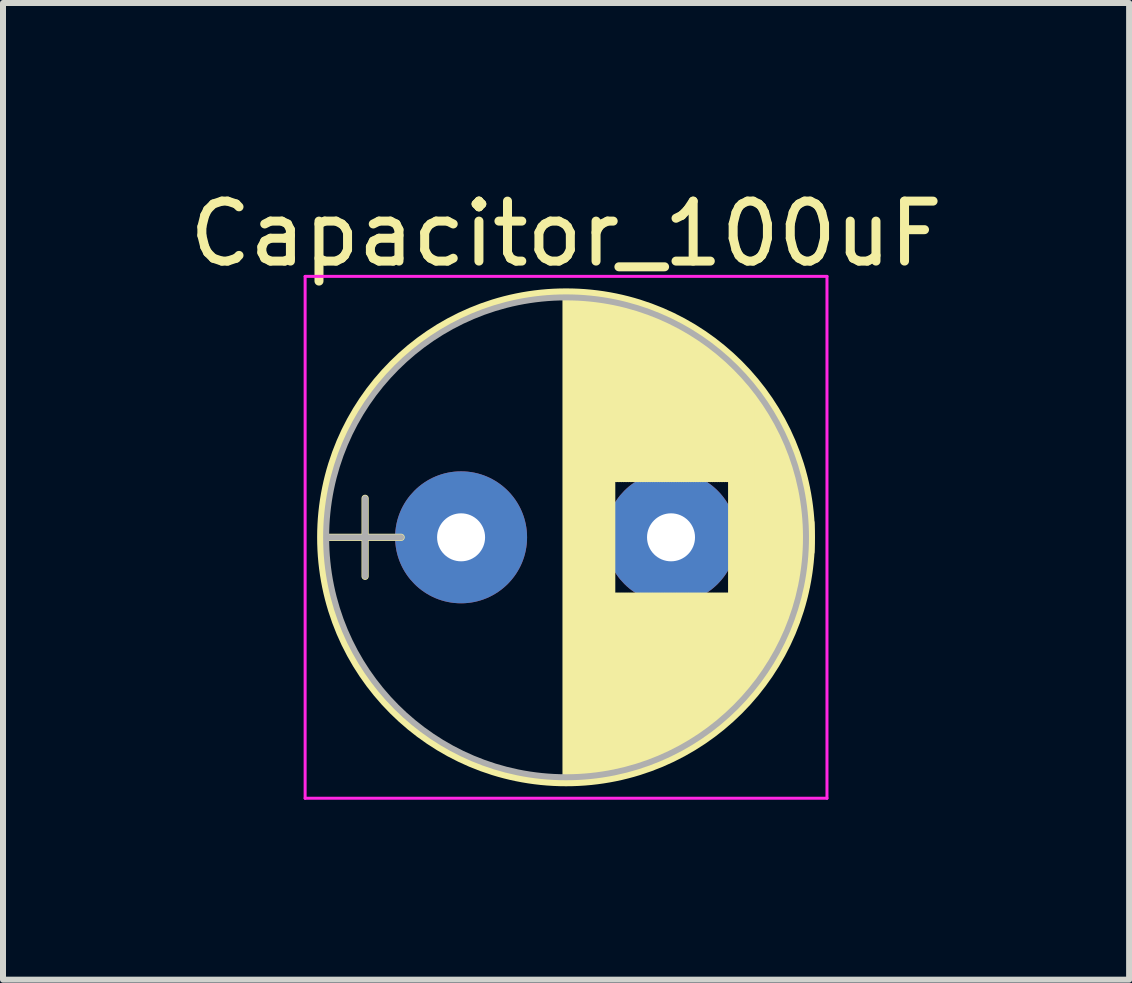
<source format=kicad_pcb>
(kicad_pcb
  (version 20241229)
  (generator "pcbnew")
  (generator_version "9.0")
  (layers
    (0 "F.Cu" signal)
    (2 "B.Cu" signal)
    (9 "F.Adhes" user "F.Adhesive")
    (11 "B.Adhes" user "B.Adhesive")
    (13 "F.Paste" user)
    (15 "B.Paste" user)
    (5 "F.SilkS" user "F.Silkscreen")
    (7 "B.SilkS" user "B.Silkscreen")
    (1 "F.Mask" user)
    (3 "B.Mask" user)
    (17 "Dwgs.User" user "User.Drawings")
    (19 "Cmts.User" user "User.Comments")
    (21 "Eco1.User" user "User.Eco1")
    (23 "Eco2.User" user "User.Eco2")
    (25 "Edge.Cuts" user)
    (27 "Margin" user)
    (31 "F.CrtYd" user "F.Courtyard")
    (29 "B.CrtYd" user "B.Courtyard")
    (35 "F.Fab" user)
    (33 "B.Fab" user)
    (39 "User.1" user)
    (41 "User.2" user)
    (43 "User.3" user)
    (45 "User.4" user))
  (footprint "Capacitor_100uF"
    (layer "F.Cu")
    (at 4.637 5.908)
    (property "Reference" "Capacitor_100uF" (at 1.75 -5.06 0) (layer "F.SilkS") (effects (font (size 1 1) (thickness 0.15))))
    (attr through_hole)
    (fp_line (start -2.2 0) (end -1 0) (stroke (width 0.12) (type solid)) (layer "F.SilkS"))
    (fp_line (start -1.6 -0.65) (end -1.6 0.65) (stroke (width 0.12) (type solid)) (layer "F.SilkS"))
    (fp_line (start 1.75 -4.05) (end 1.75 4.05) (stroke (width 0.12) (type solid)) (layer "F.SilkS"))
    (fp_line (start 1.79 -4.05) (end 1.79 4.05) (stroke (width 0.12) (type solid)) (layer "F.SilkS"))
    (fp_line (start 1.83 -4.05) (end 1.83 4.05) (stroke (width 0.12) (type solid)) (layer "F.SilkS"))
    (fp_line (start 1.87 -4.049) (end 1.87 4.049) (stroke (width 0.12) (type solid)) (layer "F.SilkS"))
    (fp_line (start 1.91 -4.047) (end 1.91 4.047) (stroke (width 0.12) (type solid)) (layer "F.SilkS"))
    (fp_line (start 1.95 -4.046) (end 1.95 4.046) (stroke (width 0.12) (type solid)) (layer "F.SilkS"))
    (fp_line (start 1.99 -4.043) (end 1.99 4.043) (stroke (width 0.12) (type solid)) (layer "F.SilkS"))
    (fp_line (start 2.03 -4.041) (end 2.03 4.041) (stroke (width 0.12) (type solid)) (layer "F.SilkS"))
    (fp_line (start 2.07 -4.038) (end 2.07 4.038) (stroke (width 0.12) (type solid)) (layer "F.SilkS"))
    (fp_line (start 2.11 -4.035) (end 2.11 4.035) (stroke (width 0.12) (type solid)) (layer "F.SilkS"))
    (fp_line (start 2.15 -4.031) (end 2.15 4.031) (stroke (width 0.12) (type solid)) (layer "F.SilkS"))
    (fp_line (start 2.19 -4.027) (end 2.19 4.027) (stroke (width 0.12) (type solid)) (layer "F.SilkS"))
    (fp_line (start 2.23 -4.022) (end 2.23 4.022) (stroke (width 0.12) (type solid)) (layer "F.SilkS"))
    (fp_line (start 2.27 -4.017) (end 2.27 4.017) (stroke (width 0.12) (type solid)) (layer "F.SilkS"))
    (fp_line (start 2.31 -4.012) (end 2.31 4.012) (stroke (width 0.12) (type solid)) (layer "F.SilkS"))
    (fp_line (start 2.35 -4.006) (end 2.35 4.006) (stroke (width 0.12) (type solid)) (layer "F.SilkS"))
    (fp_line (start 2.39 -4) (end 2.39 4) (stroke (width 0.12) (type solid)) (layer "F.SilkS"))
    (fp_line (start 2.43 -3.994) (end 2.43 3.994) (stroke (width 0.12) (type solid)) (layer "F.SilkS"))
    (fp_line (start 2.471 -3.987) (end 2.471 3.987) (stroke (width 0.12) (type solid)) (layer "F.SilkS"))
    (fp_line (start 2.511 -3.979) (end 2.511 3.979) (stroke (width 0.12) (type solid)) (layer "F.SilkS"))
    (fp_line (start 2.551 -3.971) (end 2.551 -0.98) (stroke (width 0.12) (type solid)) (layer "F.SilkS"))
    (fp_line (start 2.551 0.98) (end 2.551 3.971) (stroke (width 0.12) (type solid)) (layer "F.SilkS"))
    (fp_line (start 2.591 -3.963) (end 2.591 -0.98) (stroke (width 0.12) (type solid)) (layer "F.SilkS"))
    (fp_line (start 2.591 0.98) (end 2.591 3.963) (stroke (width 0.12) (type solid)) (layer "F.SilkS"))
    (fp_line (start 2.631 -3.955) (end 2.631 -0.98) (stroke (width 0.12) (type solid)) (layer "F.SilkS"))
    (fp_line (start 2.631 0.98) (end 2.631 3.955) (stroke (width 0.12) (type solid)) (layer "F.SilkS"))
    (fp_line (start 2.671 -3.946) (end 2.671 -0.98) (stroke (width 0.12) (type solid)) (layer "F.SilkS"))
    (fp_line (start 2.671 0.98) (end 2.671 3.946) (stroke (width 0.12) (type solid)) (layer "F.SilkS"))
    (fp_line (start 2.711 -3.936) (end 2.711 -0.98) (stroke (width 0.12) (type solid)) (layer "F.SilkS"))
    (fp_line (start 2.711 0.98) (end 2.711 3.936) (stroke (width 0.12) (type solid)) (layer "F.SilkS"))
    (fp_line (start 2.751 -3.926) (end 2.751 -0.98) (stroke (width 0.12) (type solid)) (layer "F.SilkS"))
    (fp_line (start 2.751 0.98) (end 2.751 3.926) (stroke (width 0.12) (type solid)) (layer "F.SilkS"))
    (fp_line (start 2.791 -3.916) (end 2.791 -0.98) (stroke (width 0.12) (type solid)) (layer "F.SilkS"))
    (fp_line (start 2.791 0.98) (end 2.791 3.916) (stroke (width 0.12) (type solid)) (layer "F.SilkS"))
    (fp_line (start 2.831 -3.905) (end 2.831 -0.98) (stroke (width 0.12) (type solid)) (layer "F.SilkS"))
    (fp_line (start 2.831 0.98) (end 2.831 3.905) (stroke (width 0.12) (type solid)) (layer "F.SilkS"))
    (fp_line (start 2.871 -3.894) (end 2.871 -0.98) (stroke (width 0.12) (type solid)) (layer "F.SilkS"))
    (fp_line (start 2.871 0.98) (end 2.871 3.894) (stroke (width 0.12) (type solid)) (layer "F.SilkS"))
    (fp_line (start 2.911 -3.883) (end 2.911 -0.98) (stroke (width 0.12) (type solid)) (layer "F.SilkS"))
    (fp_line (start 2.911 0.98) (end 2.911 3.883) (stroke (width 0.12) (type solid)) (layer "F.SilkS"))
    (fp_line (start 2.951 -3.87) (end 2.951 -0.98) (stroke (width 0.12) (type solid)) (layer "F.SilkS"))
    (fp_line (start 2.951 0.98) (end 2.951 3.87) (stroke (width 0.12) (type solid)) (layer "F.SilkS"))
    (fp_line (start 2.991 -3.858) (end 2.991 -0.98) (stroke (width 0.12) (type solid)) (layer "F.SilkS"))
    (fp_line (start 2.991 0.98) (end 2.991 3.858) (stroke (width 0.12) (type solid)) (layer "F.SilkS"))
    (fp_line (start 3.031 -3.845) (end 3.031 -0.98) (stroke (width 0.12) (type solid)) (layer "F.SilkS"))
    (fp_line (start 3.031 0.98) (end 3.031 3.845) (stroke (width 0.12) (type solid)) (layer "F.SilkS"))
    (fp_line (start 3.071 -3.832) (end 3.071 -0.98) (stroke (width 0.12) (type solid)) (layer "F.SilkS"))
    (fp_line (start 3.071 0.98) (end 3.071 3.832) (stroke (width 0.12) (type solid)) (layer "F.SilkS"))
    (fp_line (start 3.111 -3.818) (end 3.111 -0.98) (stroke (width 0.12) (type solid)) (layer "F.SilkS"))
    (fp_line (start 3.111 0.98) (end 3.111 3.818) (stroke (width 0.12) (type solid)) (layer "F.SilkS"))
    (fp_line (start 3.151 -3.803) (end 3.151 -0.98) (stroke (width 0.12) (type solid)) (layer "F.SilkS"))
    (fp_line (start 3.151 0.98) (end 3.151 3.803) (stroke (width 0.12) (type solid)) (layer "F.SilkS"))
    (fp_line (start 3.191 -3.789) (end 3.191 -0.98) (stroke (width 0.12) (type solid)) (layer "F.SilkS"))
    (fp_line (start 3.191 0.98) (end 3.191 3.789) (stroke (width 0.12) (type solid)) (layer "F.SilkS"))
    (fp_line (start 3.231 -3.773) (end 3.231 -0.98) (stroke (width 0.12) (type solid)) (layer "F.SilkS"))
    (fp_line (start 3.231 0.98) (end 3.231 3.773) (stroke (width 0.12) (type solid)) (layer "F.SilkS"))
    (fp_line (start 3.271 -3.758) (end 3.271 -0.98) (stroke (width 0.12) (type solid)) (layer "F.SilkS"))
    (fp_line (start 3.271 0.98) (end 3.271 3.758) (stroke (width 0.12) (type solid)) (layer "F.SilkS"))
    (fp_line (start 3.311 -3.741) (end 3.311 -0.98) (stroke (width 0.12) (type solid)) (layer "F.SilkS"))
    (fp_line (start 3.311 0.98) (end 3.311 3.741) (stroke (width 0.12) (type solid)) (layer "F.SilkS"))
    (fp_line (start 3.351 -3.725) (end 3.351 -0.98) (stroke (width 0.12) (type solid)) (layer "F.SilkS"))
    (fp_line (start 3.351 0.98) (end 3.351 3.725) (stroke (width 0.12) (type solid)) (layer "F.SilkS"))
    (fp_line (start 3.391 -3.707) (end 3.391 -0.98) (stroke (width 0.12) (type solid)) (layer "F.SilkS"))
    (fp_line (start 3.391 0.98) (end 3.391 3.707) (stroke (width 0.12) (type solid)) (layer "F.SilkS"))
    (fp_line (start 3.431 -3.69) (end 3.431 -0.98) (stroke (width 0.12) (type solid)) (layer "F.SilkS"))
    (fp_line (start 3.431 0.98) (end 3.431 3.69) (stroke (width 0.12) (type solid)) (layer "F.SilkS"))
    (fp_line (start 3.471 -3.671) (end 3.471 -0.98) (stroke (width 0.12) (type solid)) (layer "F.SilkS"))
    (fp_line (start 3.471 0.98) (end 3.471 3.671) (stroke (width 0.12) (type solid)) (layer "F.SilkS"))
    (fp_line (start 3.511 -3.652) (end 3.511 -0.98) (stroke (width 0.12) (type solid)) (layer "F.SilkS"))
    (fp_line (start 3.511 0.98) (end 3.511 3.652) (stroke (width 0.12) (type solid)) (layer "F.SilkS"))
    (fp_line (start 3.551 -3.633) (end 3.551 -0.98) (stroke (width 0.12) (type solid)) (layer "F.SilkS"))
    (fp_line (start 3.551 0.98) (end 3.551 3.633) (stroke (width 0.12) (type solid)) (layer "F.SilkS"))
    (fp_line (start 3.591 -3.613) (end 3.591 -0.98) (stroke (width 0.12) (type solid)) (layer "F.SilkS"))
    (fp_line (start 3.591 0.98) (end 3.591 3.613) (stroke (width 0.12) (type solid)) (layer "F.SilkS"))
    (fp_line (start 3.631 -3.593) (end 3.631 -0.98) (stroke (width 0.12) (type solid)) (layer "F.SilkS"))
    (fp_line (start 3.631 0.98) (end 3.631 3.593) (stroke (width 0.12) (type solid)) (layer "F.SilkS"))
    (fp_line (start 3.671 -3.572) (end 3.671 -0.98) (stroke (width 0.12) (type solid)) (layer "F.SilkS"))
    (fp_line (start 3.671 0.98) (end 3.671 3.572) (stroke (width 0.12) (type solid)) (layer "F.SilkS"))
    (fp_line (start 3.711 -3.55) (end 3.711 -0.98) (stroke (width 0.12) (type solid)) (layer "F.SilkS"))
    (fp_line (start 3.711 0.98) (end 3.711 3.55) (stroke (width 0.12) (type solid)) (layer "F.SilkS"))
    (fp_line (start 3.751 -3.528) (end 3.751 -0.98) (stroke (width 0.12) (type solid)) (layer "F.SilkS"))
    (fp_line (start 3.751 0.98) (end 3.751 3.528) (stroke (width 0.12) (type solid)) (layer "F.SilkS"))
    (fp_line (start 3.791 -3.505) (end 3.791 -0.98) (stroke (width 0.12) (type solid)) (layer "F.SilkS"))
    (fp_line (start 3.791 0.98) (end 3.791 3.505) (stroke (width 0.12) (type solid)) (layer "F.SilkS"))
    (fp_line (start 3.831 -3.482) (end 3.831 -0.98) (stroke (width 0.12) (type solid)) (layer "F.SilkS"))
    (fp_line (start 3.831 0.98) (end 3.831 3.482) (stroke (width 0.12) (type solid)) (layer "F.SilkS"))
    (fp_line (start 3.871 -3.458) (end 3.871 -0.98) (stroke (width 0.12) (type solid)) (layer "F.SilkS"))
    (fp_line (start 3.871 0.98) (end 3.871 3.458) (stroke (width 0.12) (type solid)) (layer "F.SilkS"))
    (fp_line (start 3.911 -3.434) (end 3.911 -0.98) (stroke (width 0.12) (type solid)) (layer "F.SilkS"))
    (fp_line (start 3.911 0.98) (end 3.911 3.434) (stroke (width 0.12) (type solid)) (layer "F.SilkS"))
    (fp_line (start 3.951 -3.408) (end 3.951 -0.98) (stroke (width 0.12) (type solid)) (layer "F.SilkS"))
    (fp_line (start 3.951 0.98) (end 3.951 3.408) (stroke (width 0.12) (type solid)) (layer "F.SilkS"))
    (fp_line (start 3.991 -3.383) (end 3.991 -0.98) (stroke (width 0.12) (type solid)) (layer "F.SilkS"))
    (fp_line (start 3.991 0.98) (end 3.991 3.383) (stroke (width 0.12) (type solid)) (layer "F.SilkS"))
    (fp_line (start 4.031 -3.356) (end 4.031 -0.98) (stroke (width 0.12) (type solid)) (layer "F.SilkS"))
    (fp_line (start 4.031 0.98) (end 4.031 3.356) (stroke (width 0.12) (type solid)) (layer "F.SilkS"))
    (fp_line (start 4.071 -3.329) (end 4.071 -0.98) (stroke (width 0.12) (type solid)) (layer "F.SilkS"))
    (fp_line (start 4.071 0.98) (end 4.071 3.329) (stroke (width 0.12) (type solid)) (layer "F.SilkS"))
    (fp_line (start 4.111 -3.301) (end 4.111 -0.98) (stroke (width 0.12) (type solid)) (layer "F.SilkS"))
    (fp_line (start 4.111 0.98) (end 4.111 3.301) (stroke (width 0.12) (type solid)) (layer "F.SilkS"))
    (fp_line (start 4.151 -3.272) (end 4.151 -0.98) (stroke (width 0.12) (type solid)) (layer "F.SilkS"))
    (fp_line (start 4.151 0.98) (end 4.151 3.272) (stroke (width 0.12) (type solid)) (layer "F.SilkS"))
    (fp_line (start 4.191 -3.243) (end 4.191 -0.98) (stroke (width 0.12) (type solid)) (layer "F.SilkS"))
    (fp_line (start 4.191 0.98) (end 4.191 3.243) (stroke (width 0.12) (type solid)) (layer "F.SilkS"))
    (fp_line (start 4.231 -3.213) (end 4.231 -0.98) (stroke (width 0.12) (type solid)) (layer "F.SilkS"))
    (fp_line (start 4.231 0.98) (end 4.231 3.213) (stroke (width 0.12) (type solid)) (layer "F.SilkS"))
    (fp_line (start 4.271 -3.182) (end 4.271 -0.98) (stroke (width 0.12) (type solid)) (layer "F.SilkS"))
    (fp_line (start 4.271 0.98) (end 4.271 3.182) (stroke (width 0.12) (type solid)) (layer "F.SilkS"))
    (fp_line (start 4.311 -3.15) (end 4.311 -0.98) (stroke (width 0.12) (type solid)) (layer "F.SilkS"))
    (fp_line (start 4.311 0.98) (end 4.311 3.15) (stroke (width 0.12) (type solid)) (layer "F.SilkS"))
    (fp_line (start 4.351 -3.118) (end 4.351 -0.98) (stroke (width 0.12) (type solid)) (layer "F.SilkS"))
    (fp_line (start 4.351 0.98) (end 4.351 3.118) (stroke (width 0.12) (type solid)) (layer "F.SilkS"))
    (fp_line (start 4.391 -3.084) (end 4.391 -0.98) (stroke (width 0.12) (type solid)) (layer "F.SilkS"))
    (fp_line (start 4.391 0.98) (end 4.391 3.084) (stroke (width 0.12) (type solid)) (layer "F.SilkS"))
    (fp_line (start 4.431 -3.05) (end 4.431 -0.98) (stroke (width 0.12) (type solid)) (layer "F.SilkS"))
    (fp_line (start 4.431 0.98) (end 4.431 3.05) (stroke (width 0.12) (type solid)) (layer "F.SilkS"))
    (fp_line (start 4.471 -3.015) (end 4.471 -0.98) (stroke (width 0.12) (type solid)) (layer "F.SilkS"))
    (fp_line (start 4.471 0.98) (end 4.471 3.015) (stroke (width 0.12) (type solid)) (layer "F.SilkS"))
    (fp_line (start 4.511 -2.979) (end 4.511 2.979) (stroke (width 0.12) (type solid)) (layer "F.SilkS"))
    (fp_line (start 4.551 -2.942) (end 4.551 2.942) (stroke (width 0.12) (type solid)) (layer "F.SilkS"))
    (fp_line (start 4.591 -2.904) (end 4.591 2.904) (stroke (width 0.12) (type solid)) (layer "F.SilkS"))
    (fp_line (start 4.631 -2.865) (end 4.631 2.865) (stroke (width 0.12) (type solid)) (layer "F.SilkS"))
    (fp_line (start 4.671 -2.824) (end 4.671 2.824) (stroke (width 0.12) (type solid)) (layer "F.SilkS"))
    (fp_line (start 4.711 -2.783) (end 4.711 2.783) (stroke (width 0.12) (type solid)) (layer "F.SilkS"))
    (fp_line (start 4.751 -2.74) (end 4.751 2.74) (stroke (width 0.12) (type solid)) (layer "F.SilkS"))
    (fp_line (start 4.791 -2.697) (end 4.791 2.697) (stroke (width 0.12) (type solid)) (layer "F.SilkS"))
    (fp_line (start 4.831 -2.652) (end 4.831 2.652) (stroke (width 0.12) (type solid)) (layer "F.SilkS"))
    (fp_line (start 4.871 -2.605) (end 4.871 2.605) (stroke (width 0.12) (type solid)) (layer "F.SilkS"))
    (fp_line (start 4.911 -2.557) (end 4.911 2.557) (stroke (width 0.12) (type solid)) (layer "F.SilkS"))
    (fp_line (start 4.951 -2.508) (end 4.951 2.508) (stroke (width 0.12) (type solid)) (layer "F.SilkS"))
    (fp_line (start 4.991 -2.457) (end 4.991 2.457) (stroke (width 0.12) (type solid)) (layer "F.SilkS"))
    (fp_line (start 5.031 -2.404) (end 5.031 2.404) (stroke (width 0.12) (type solid)) (layer "F.SilkS"))
    (fp_line (start 5.071 -2.349) (end 5.071 2.349) (stroke (width 0.12) (type solid)) (layer "F.SilkS"))
    (fp_line (start 5.111 -2.293) (end 5.111 2.293) (stroke (width 0.12) (type solid)) (layer "F.SilkS"))
    (fp_line (start 5.151 -2.234) (end 5.151 2.234) (stroke (width 0.12) (type solid)) (layer "F.SilkS"))
    (fp_line (start 5.191 -2.173) (end 5.191 2.173) (stroke (width 0.12) (type solid)) (layer "F.SilkS"))
    (fp_line (start 5.231 -2.109) (end 5.231 2.109) (stroke (width 0.12) (type solid)) (layer "F.SilkS"))
    (fp_line (start 5.271 -2.043) (end 5.271 2.043) (stroke (width 0.12) (type solid)) (layer "F.SilkS"))
    (fp_line (start 5.311 -1.974) (end 5.311 1.974) (stroke (width 0.12) (type solid)) (layer "F.SilkS"))
    (fp_line (start 5.351 -1.902) (end 5.351 1.902) (stroke (width 0.12) (type solid)) (layer "F.SilkS"))
    (fp_line (start 5.391 -1.826) (end 5.391 1.826) (stroke (width 0.12) (type solid)) (layer "F.SilkS"))
    (fp_line (start 5.431 -1.745) (end 5.431 1.745) (stroke (width 0.12) (type solid)) (layer "F.SilkS"))
    (fp_line (start 5.471 -1.66) (end 5.471 1.66) (stroke (width 0.12) (type solid)) (layer "F.SilkS"))
    (fp_line (start 5.511 -1.57) (end 5.511 1.57) (stroke (width 0.12) (type solid)) (layer "F.SilkS"))
    (fp_line (start 5.551 -1.473) (end 5.551 1.473) (stroke (width 0.12) (type solid)) (layer "F.SilkS"))
    (fp_line (start 5.591 -1.369) (end 5.591 1.369) (stroke (width 0.12) (type solid)) (layer "F.SilkS"))
    (fp_line (start 5.631 -1.254) (end 5.631 1.254) (stroke (width 0.12) (type solid)) (layer "F.SilkS"))
    (fp_line (start 5.671 -1.127) (end 5.671 1.127) (stroke (width 0.12) (type solid)) (layer "F.SilkS"))
    (fp_line (start 5.711 -0.983) (end 5.711 0.983) (stroke (width 0.12) (type solid)) (layer "F.SilkS"))
    (fp_line (start 5.751 -0.814) (end 5.751 0.814) (stroke (width 0.12) (type solid)) (layer "F.SilkS"))
    (fp_line (start 5.791 -0.598) (end 5.791 0.598) (stroke (width 0.12) (type solid)) (layer "F.SilkS"))
    (fp_line (start 5.831 -0.246) (end 5.831 0.246) (stroke (width 0.12) (type solid)) (layer "F.SilkS"))
    (fp_circle (center 1.75 0) (end 5.84 0) (stroke (width 0.12) (type solid)) (fill no) (layer "F.SilkS"))
    (fp_line (start -2.6 -4.35) (end -2.6 4.35) (stroke (width 0.05) (type solid)) (layer "F.CrtYd"))
    (fp_line (start -2.6 4.35) (end 6.1 4.35) (stroke (width 0.05) (type solid)) (layer "F.CrtYd"))
    (fp_line (start 6.1 -4.35) (end -2.6 -4.35) (stroke (width 0.05) (type solid)) (layer "F.CrtYd"))
    (fp_line (start 6.1 4.35) (end 6.1 -4.35) (stroke (width 0.05) (type solid)) (layer "F.CrtYd"))
    (fp_line (start -2.2 0) (end -1 0) (stroke (width 0.1) (type solid)) (layer "F.Fab"))
    (fp_line (start -1.6 -0.65) (end -1.6 0.65) (stroke (width 0.1) (type solid)) (layer "F.Fab"))
    (fp_circle (center 1.75 0) (end 5.75 0) (stroke (width 0.1) (type solid)) (fill no) (layer "F.Fab"))
    (pad "1" thru_hole circle (at 0 0) (size 2.2 2.2) (drill 0.8) (layers "*.Cu" "*.Mask"))
    (pad "2" thru_hole circle (at 3.5 0) (size 2.2 2.2) (drill 0.8) (layers "*.Cu" "*.Mask")))
  (gr_rect
    (start -3 -3)
    (end 15.774 13.283)
    (stroke (width 0.1) (type default))
    (fill no)
    (layer "Edge.Cuts")))
</source>
